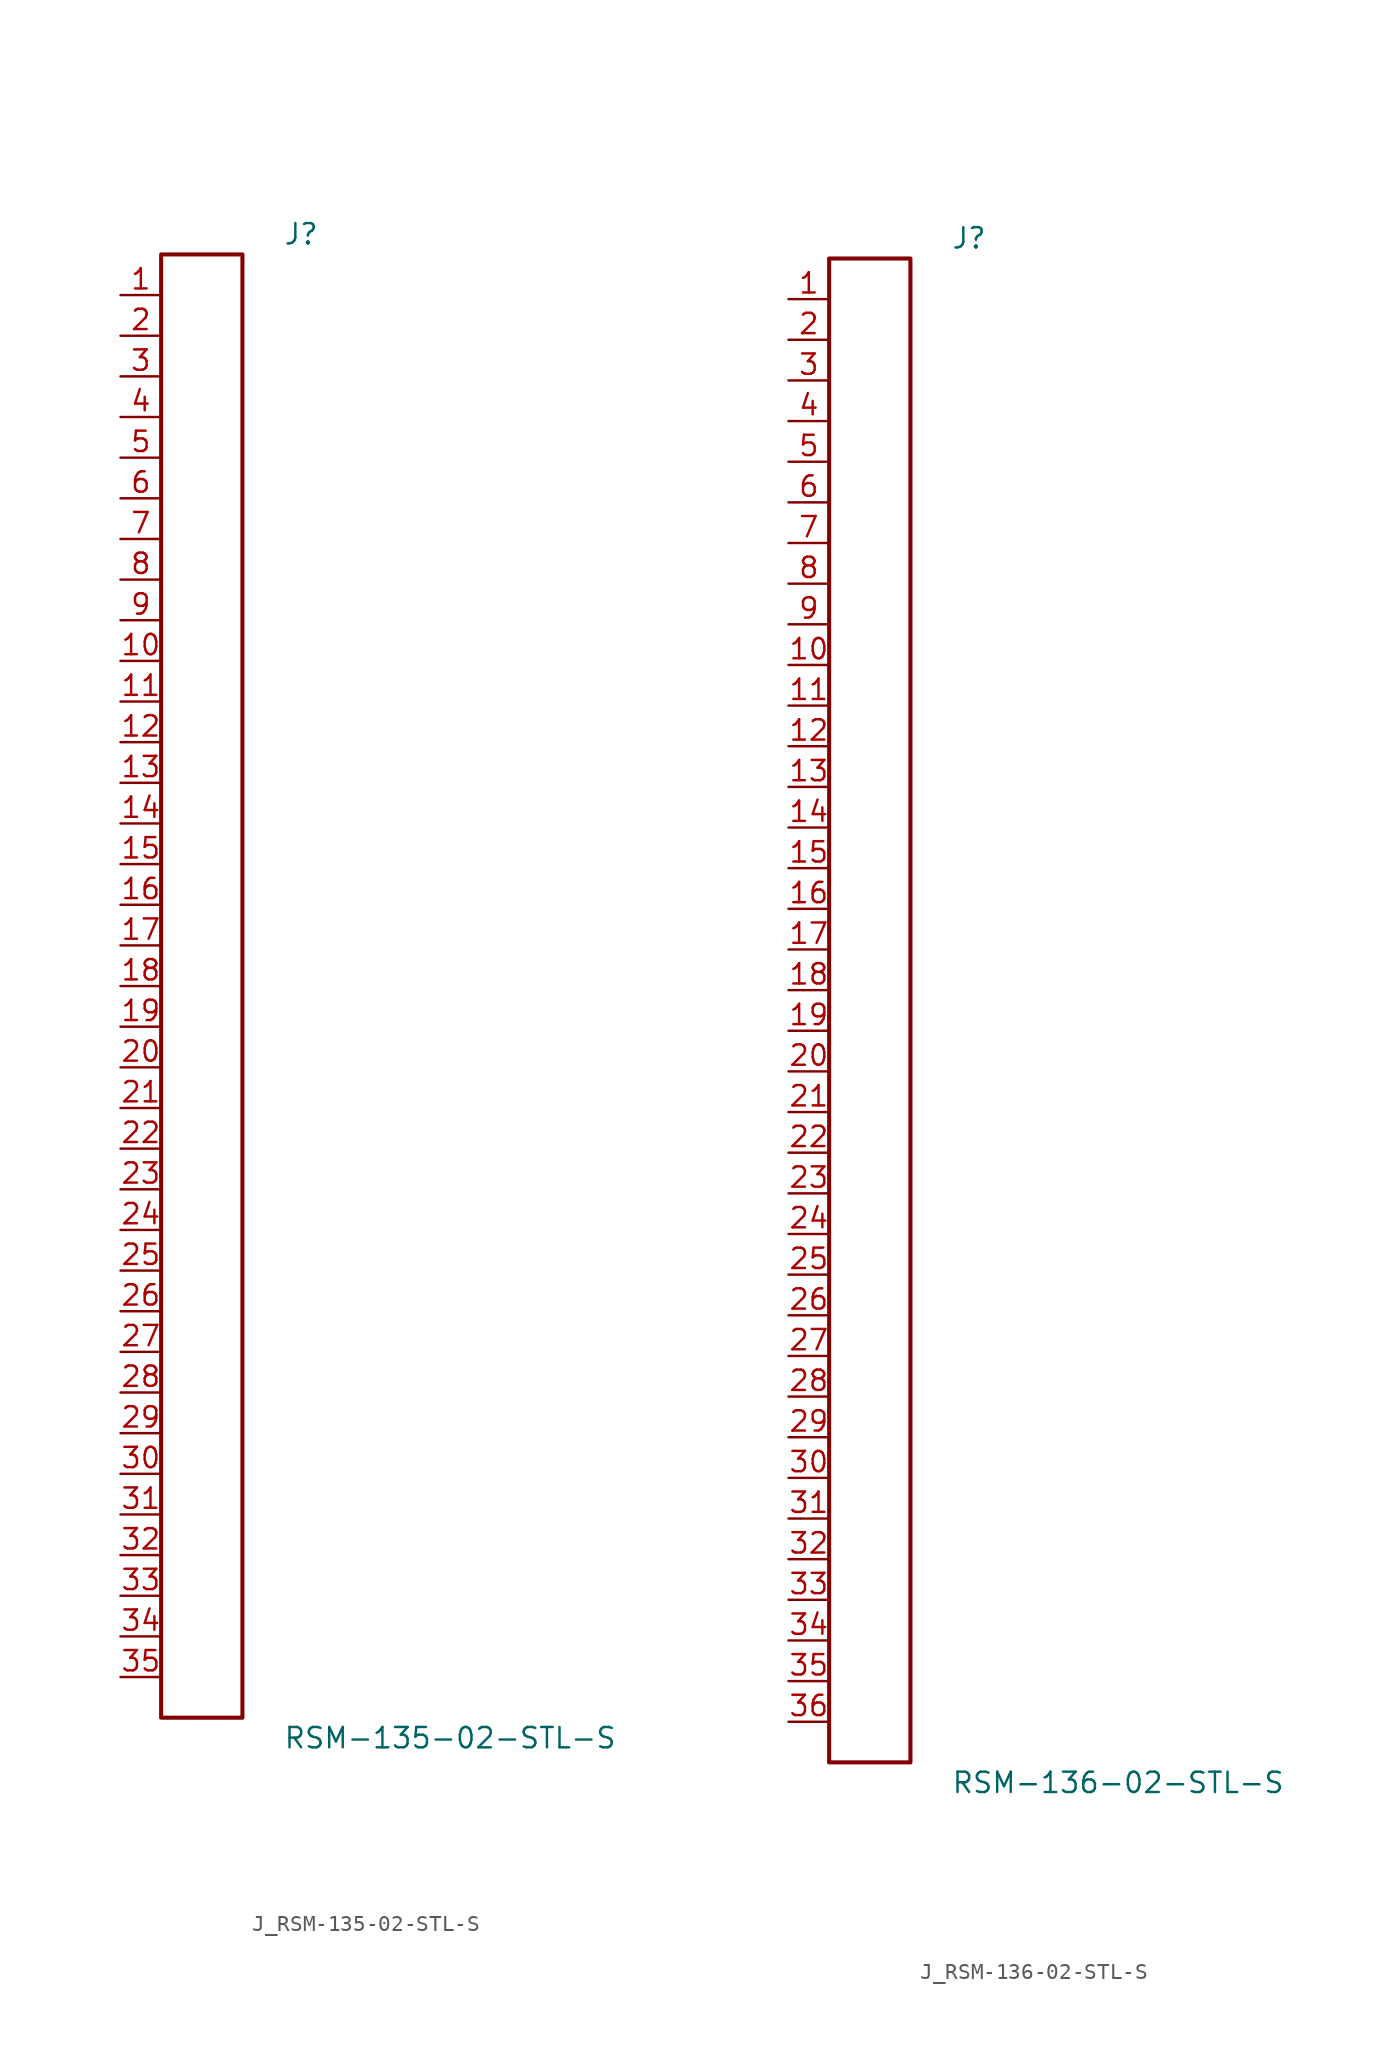
<source format=kicad_sym>
(kicad_symbol_lib
  (version 20231120)
  (generator kicad_symbol_editor)
  (generator_version 8.0)
  (symbol "J_RSM-135-02-STL-S"
    (pin_names
      (offset 0.254))
    (property "Reference" "J"
      (at 5.08 46.99 0)
      (effects (font (size 1.27 1.27)) (justify left)))
    (property "Value" "RSM-135-02-STL-S"
      (at 5.08 -46.99 0)
      (effects (font (size 1.27 1.27)) (justify left)))
    (symbol "J_RSM-135-02-STL-S_0_0"
      (pin passive line (at -5.08 43.18 0) (length 2.54) (name "" (effects (font (size 1.27 1.27)))) (number "1" (effects (font (size 1.27 1.27)))))
      (pin passive line (at -5.08 40.64 0) (length 2.54) (name "" (effects (font (size 1.27 1.27)))) (number "2" (effects (font (size 1.27 1.27)))))
      (pin passive line (at -5.08 38.1 0) (length 2.54) (name "" (effects (font (size 1.27 1.27)))) (number "3" (effects (font (size 1.27 1.27)))))
      (pin passive line (at -5.08 35.56 0) (length 2.54) (name "" (effects (font (size 1.27 1.27)))) (number "4" (effects (font (size 1.27 1.27)))))
      (pin passive line (at -5.08 33.02 0) (length 2.54) (name "" (effects (font (size 1.27 1.27)))) (number "5" (effects (font (size 1.27 1.27)))))
      (pin passive line (at -5.08 30.48 0) (length 2.54) (name "" (effects (font (size 1.27 1.27)))) (number "6" (effects (font (size 1.27 1.27)))))
      (pin passive line (at -5.08 27.94 0) (length 2.54) (name "" (effects (font (size 1.27 1.27)))) (number "7" (effects (font (size 1.27 1.27)))))
      (pin passive line (at -5.08 25.4 0) (length 2.54) (name "" (effects (font (size 1.27 1.27)))) (number "8" (effects (font (size 1.27 1.27)))))
      (pin passive line (at -5.08 22.86 0) (length 2.54) (name "" (effects (font (size 1.27 1.27)))) (number "9" (effects (font (size 1.27 1.27)))))
      (pin passive line (at -5.08 20.32 0) (length 2.54) (name "" (effects (font (size 1.27 1.27)))) (number "10" (effects (font (size 1.27 1.27)))))
      (pin passive line (at -5.08 17.78 0) (length 2.54) (name "" (effects (font (size 1.27 1.27)))) (number "11" (effects (font (size 1.27 1.27)))))
      (pin passive line (at -5.08 15.24 0) (length 2.54) (name "" (effects (font (size 1.27 1.27)))) (number "12" (effects (font (size 1.27 1.27)))))
      (pin passive line (at -5.08 12.7 0) (length 2.54) (name "" (effects (font (size 1.27 1.27)))) (number "13" (effects (font (size 1.27 1.27)))))
      (pin passive line (at -5.08 10.16 0) (length 2.54) (name "" (effects (font (size 1.27 1.27)))) (number "14" (effects (font (size 1.27 1.27)))))
      (pin passive line (at -5.08 7.62 0) (length 2.54) (name "" (effects (font (size 1.27 1.27)))) (number "15" (effects (font (size 1.27 1.27)))))
      (pin passive line (at -5.08 5.08 0) (length 2.54) (name "" (effects (font (size 1.27 1.27)))) (number "16" (effects (font (size 1.27 1.27)))))
      (pin passive line (at -5.08 2.54 0) (length 2.54) (name "" (effects (font (size 1.27 1.27)))) (number "17" (effects (font (size 1.27 1.27)))))
      (pin passive line (at -5.08 0.0 0) (length 2.54) (name "" (effects (font (size 1.27 1.27)))) (number "18" (effects (font (size 1.27 1.27)))))
      (pin passive line (at -5.08 -2.54 0) (length 2.54) (name "" (effects (font (size 1.27 1.27)))) (number "19" (effects (font (size 1.27 1.27)))))
      (pin passive line (at -5.08 -5.08 0) (length 2.54) (name "" (effects (font (size 1.27 1.27)))) (number "20" (effects (font (size 1.27 1.27)))))
      (pin passive line (at -5.08 -7.62 0) (length 2.54) (name "" (effects (font (size 1.27 1.27)))) (number "21" (effects (font (size 1.27 1.27)))))
      (pin passive line (at -5.08 -10.16 0) (length 2.54) (name "" (effects (font (size 1.27 1.27)))) (number "22" (effects (font (size 1.27 1.27)))))
      (pin passive line (at -5.08 -12.7 0) (length 2.54) (name "" (effects (font (size 1.27 1.27)))) (number "23" (effects (font (size 1.27 1.27)))))
      (pin passive line (at -5.08 -15.24 0) (length 2.54) (name "" (effects (font (size 1.27 1.27)))) (number "24" (effects (font (size 1.27 1.27)))))
      (pin passive line (at -5.08 -17.78 0) (length 2.54) (name "" (effects (font (size 1.27 1.27)))) (number "25" (effects (font (size 1.27 1.27)))))
      (pin passive line (at -5.08 -20.32 0) (length 2.54) (name "" (effects (font (size 1.27 1.27)))) (number "26" (effects (font (size 1.27 1.27)))))
      (pin passive line (at -5.08 -22.86 0) (length 2.54) (name "" (effects (font (size 1.27 1.27)))) (number "27" (effects (font (size 1.27 1.27)))))
      (pin passive line (at -5.08 -25.4 0) (length 2.54) (name "" (effects (font (size 1.27 1.27)))) (number "28" (effects (font (size 1.27 1.27)))))
      (pin passive line (at -5.08 -27.94 0) (length 2.54) (name "" (effects (font (size 1.27 1.27)))) (number "29" (effects (font (size 1.27 1.27)))))
      (pin passive line (at -5.08 -30.48 0) (length 2.54) (name "" (effects (font (size 1.27 1.27)))) (number "30" (effects (font (size 1.27 1.27)))))
      (pin passive line (at -5.08 -33.02 0) (length 2.54) (name "" (effects (font (size 1.27 1.27)))) (number "31" (effects (font (size 1.27 1.27)))))
      (pin passive line (at -5.08 -35.56 0) (length 2.54) (name "" (effects (font (size 1.27 1.27)))) (number "32" (effects (font (size 1.27 1.27)))))
      (pin passive line (at -5.08 -38.1 0) (length 2.54) (name "" (effects (font (size 1.27 1.27)))) (number "33" (effects (font (size 1.27 1.27)))))
      (pin passive line (at -5.08 -40.64 0) (length 2.54) (name "" (effects (font (size 1.27 1.27)))) (number "34" (effects (font (size 1.27 1.27)))))
      (pin passive line (at -5.08 -43.18 0) (length 2.54) (name "" (effects (font (size 1.27 1.27)))) (number "35" (effects (font (size 1.27 1.27))))))
    (symbol "J_RSM-135-02-STL-S_1_0"
      (rectangle (start -2.54 45.72) (end 2.54 -45.72) (stroke (width 0.254) (type solid)) (fill (type none)))))
  (symbol "J_RSM-136-02-STL-S"
    (pin_names
      (offset 0.254))
    (property "Reference" "J"
      (at 5.08 48.26 0)
      (effects (font (size 1.27 1.27)) (justify left)))
    (property "Value" "RSM-136-02-STL-S"
      (at 5.08 -48.26 0)
      (effects (font (size 1.27 1.27)) (justify left)))
    (symbol "J_RSM-136-02-STL-S_0_0"
      (pin passive line (at -5.08 44.45 0) (length 2.54) (name "" (effects (font (size 1.27 1.27)))) (number "1" (effects (font (size 1.27 1.27)))))
      (pin passive line (at -5.08 41.91 0) (length 2.54) (name "" (effects (font (size 1.27 1.27)))) (number "2" (effects (font (size 1.27 1.27)))))
      (pin passive line (at -5.08 39.37 0) (length 2.54) (name "" (effects (font (size 1.27 1.27)))) (number "3" (effects (font (size 1.27 1.27)))))
      (pin passive line (at -5.08 36.83 0) (length 2.54) (name "" (effects (font (size 1.27 1.27)))) (number "4" (effects (font (size 1.27 1.27)))))
      (pin passive line (at -5.08 34.29 0) (length 2.54) (name "" (effects (font (size 1.27 1.27)))) (number "5" (effects (font (size 1.27 1.27)))))
      (pin passive line (at -5.08 31.75 0) (length 2.54) (name "" (effects (font (size 1.27 1.27)))) (number "6" (effects (font (size 1.27 1.27)))))
      (pin passive line (at -5.08 29.21 0) (length 2.54) (name "" (effects (font (size 1.27 1.27)))) (number "7" (effects (font (size 1.27 1.27)))))
      (pin passive line (at -5.08 26.67 0) (length 2.54) (name "" (effects (font (size 1.27 1.27)))) (number "8" (effects (font (size 1.27 1.27)))))
      (pin passive line (at -5.08 24.13 0) (length 2.54) (name "" (effects (font (size 1.27 1.27)))) (number "9" (effects (font (size 1.27 1.27)))))
      (pin passive line (at -5.08 21.59 0) (length 2.54) (name "" (effects (font (size 1.27 1.27)))) (number "10" (effects (font (size 1.27 1.27)))))
      (pin passive line (at -5.08 19.05 0) (length 2.54) (name "" (effects (font (size 1.27 1.27)))) (number "11" (effects (font (size 1.27 1.27)))))
      (pin passive line (at -5.08 16.51 0) (length 2.54) (name "" (effects (font (size 1.27 1.27)))) (number "12" (effects (font (size 1.27 1.27)))))
      (pin passive line (at -5.08 13.97 0) (length 2.54) (name "" (effects (font (size 1.27 1.27)))) (number "13" (effects (font (size 1.27 1.27)))))
      (pin passive line (at -5.08 11.43 0) (length 2.54) (name "" (effects (font (size 1.27 1.27)))) (number "14" (effects (font (size 1.27 1.27)))))
      (pin passive line (at -5.08 8.89 0) (length 2.54) (name "" (effects (font (size 1.27 1.27)))) (number "15" (effects (font (size 1.27 1.27)))))
      (pin passive line (at -5.08 6.35 0) (length 2.54) (name "" (effects (font (size 1.27 1.27)))) (number "16" (effects (font (size 1.27 1.27)))))
      (pin passive line (at -5.08 3.81 0) (length 2.54) (name "" (effects (font (size 1.27 1.27)))) (number "17" (effects (font (size 1.27 1.27)))))
      (pin passive line (at -5.08 1.27 0) (length 2.54) (name "" (effects (font (size 1.27 1.27)))) (number "18" (effects (font (size 1.27 1.27)))))
      (pin passive line (at -5.08 -1.27 0) (length 2.54) (name "" (effects (font (size 1.27 1.27)))) (number "19" (effects (font (size 1.27 1.27)))))
      (pin passive line (at -5.08 -3.81 0) (length 2.54) (name "" (effects (font (size 1.27 1.27)))) (number "20" (effects (font (size 1.27 1.27)))))
      (pin passive line (at -5.08 -6.35 0) (length 2.54) (name "" (effects (font (size 1.27 1.27)))) (number "21" (effects (font (size 1.27 1.27)))))
      (pin passive line (at -5.08 -8.89 0) (length 2.54) (name "" (effects (font (size 1.27 1.27)))) (number "22" (effects (font (size 1.27 1.27)))))
      (pin passive line (at -5.08 -11.43 0) (length 2.54) (name "" (effects (font (size 1.27 1.27)))) (number "23" (effects (font (size 1.27 1.27)))))
      (pin passive line (at -5.08 -13.97 0) (length 2.54) (name "" (effects (font (size 1.27 1.27)))) (number "24" (effects (font (size 1.27 1.27)))))
      (pin passive line (at -5.08 -16.51 0) (length 2.54) (name "" (effects (font (size 1.27 1.27)))) (number "25" (effects (font (size 1.27 1.27)))))
      (pin passive line (at -5.08 -19.05 0) (length 2.54) (name "" (effects (font (size 1.27 1.27)))) (number "26" (effects (font (size 1.27 1.27)))))
      (pin passive line (at -5.08 -21.59 0) (length 2.54) (name "" (effects (font (size 1.27 1.27)))) (number "27" (effects (font (size 1.27 1.27)))))
      (pin passive line (at -5.08 -24.13 0) (length 2.54) (name "" (effects (font (size 1.27 1.27)))) (number "28" (effects (font (size 1.27 1.27)))))
      (pin passive line (at -5.08 -26.67 0) (length 2.54) (name "" (effects (font (size 1.27 1.27)))) (number "29" (effects (font (size 1.27 1.27)))))
      (pin passive line (at -5.08 -29.21 0) (length 2.54) (name "" (effects (font (size 1.27 1.27)))) (number "30" (effects (font (size 1.27 1.27)))))
      (pin passive line (at -5.08 -31.75 0) (length 2.54) (name "" (effects (font (size 1.27 1.27)))) (number "31" (effects (font (size 1.27 1.27)))))
      (pin passive line (at -5.08 -34.29 0) (length 2.54) (name "" (effects (font (size 1.27 1.27)))) (number "32" (effects (font (size 1.27 1.27)))))
      (pin passive line (at -5.08 -36.83 0) (length 2.54) (name "" (effects (font (size 1.27 1.27)))) (number "33" (effects (font (size 1.27 1.27)))))
      (pin passive line (at -5.08 -39.37 0) (length 2.54) (name "" (effects (font (size 1.27 1.27)))) (number "34" (effects (font (size 1.27 1.27)))))
      (pin passive line (at -5.08 -41.91 0) (length 2.54) (name "" (effects (font (size 1.27 1.27)))) (number "35" (effects (font (size 1.27 1.27)))))
      (pin passive line (at -5.08 -44.45 0) (length 2.54) (name "" (effects (font (size 1.27 1.27)))) (number "36" (effects (font (size 1.27 1.27))))))
    (symbol "J_RSM-136-02-STL-S_1_0"
      (rectangle (start -2.54 46.99) (end 2.54 -46.99) (stroke (width 0.254) (type solid)) (fill (type none))))))
</source>
